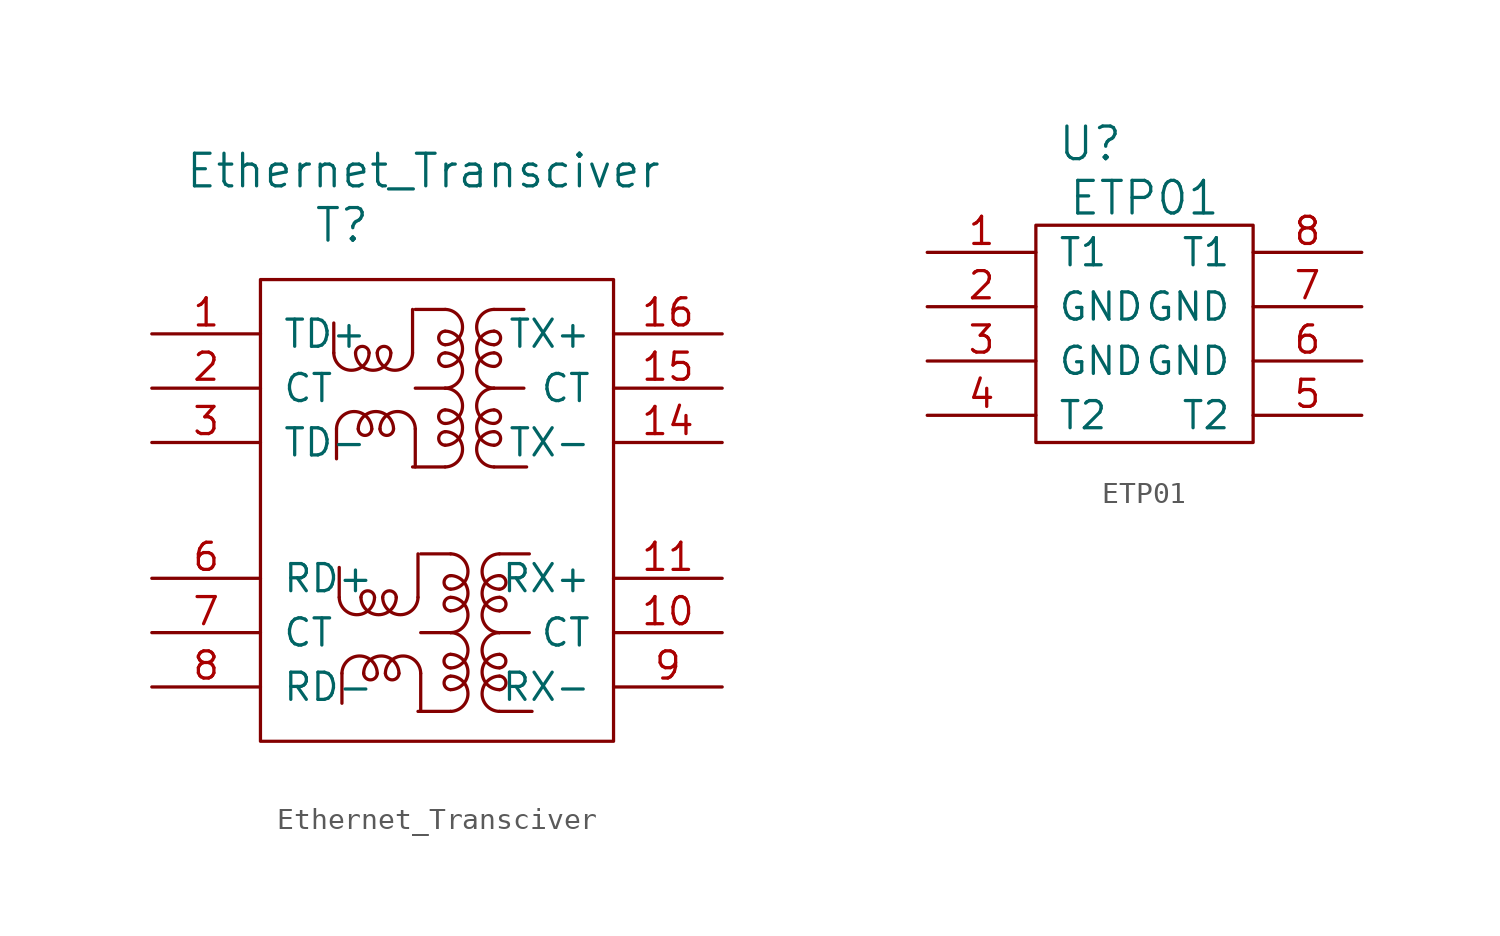
<source format=kicad_sym>
(kicad_symbol_lib
  (version 20211014)
  (generator kicad_symbol_editor)
  (symbol "Ethernet_Transciver"
    (pin_names
      (offset 1.016))
    (property "Reference" "T"
      (at -3.81 -2.54 0)
      (effects (font (size 1.524 1.524))))
    (property "Value" "Ethernet_Transciver"
      (at 0 0 0)
      (effects (font (size 1.524 1.524))))
    (symbol "Ethernet_Transciver_0_1"
      (rectangle (start -7.62 -5.08) (end 8.89 -26.67) (stroke (width 0) (type default) (color 0 0 0 0)) (fill (type none)))
      (arc (start -4.191 -8.509) (mid -3.3655 -9.3219) (end -2.54 -8.509) (stroke (width 0) (type default) (color 0 0 0 0)) (fill (type none)))
      (arc (start -3.937 -19.939) (mid -3.1115 -20.7519) (end -2.286 -19.939) (stroke (width 0) (type default) (color 0 0 0 0)) (fill (type none)))
      (arc (start -3.175 -8.509) (mid -2.3495 -9.3219) (end -1.524 -8.509) (stroke (width 0) (type default) (color 0 0 0 0)) (fill (type none)))
      (arc (start -3.048 -12.065) (mid -2.7305 -12.3955) (end -2.413 -12.065) (stroke (width 0) (type default) (color 0 0 0 0)) (fill (type none)))
      (arc (start -2.921 -19.939) (mid -2.0955 -20.7519) (end -1.27 -19.939) (stroke (width 0) (type default) (color 0 0 0 0)) (fill (type none)))
      (arc (start -2.794 -23.495) (mid -2.4765 -23.8255) (end -2.159 -23.495) (stroke (width 0) (type default) (color 0 0 0 0)) (fill (type none)))
      (arc (start -2.54 -8.509) (mid -2.8575 -8.2039) (end -3.175 -8.509) (stroke (width 0) (type default) (color 0 0 0 0)) (fill (type none)))
      (arc (start -2.413 -12.065) (mid -3.2385 -11.2267) (end -4.064 -12.065) (stroke (width 0) (type default) (color 0 0 0 0)) (fill (type none)))
      (arc (start -2.286 -19.939) (mid -2.6035 -19.6339) (end -2.921 -19.939) (stroke (width 0) (type default) (color 0 0 0 0)) (fill (type none)))
      (arc (start -2.159 -23.495) (mid -2.9845 -22.6567) (end -3.81 -23.495) (stroke (width 0) (type default) (color 0 0 0 0)) (fill (type none)))
      (arc (start -2.159 -8.509) (mid -1.3335 -9.3219) (end -0.508 -8.509) (stroke (width 0) (type default) (color 0 0 0 0)) (fill (type none)))
      (arc (start -2.032 -12.065) (mid -1.7145 -12.3955) (end -1.397 -12.065) (stroke (width 0) (type default) (color 0 0 0 0)) (fill (type none)))
      (arc (start -1.905 -19.939) (mid -1.0795 -20.7519) (end -0.254 -19.939) (stroke (width 0) (type default) (color 0 0 0 0)) (fill (type none)))
      (arc (start -1.778 -23.495) (mid -1.4605 -23.8255) (end -1.143 -23.495) (stroke (width 0) (type default) (color 0 0 0 0)) (fill (type none)))
      (arc (start -1.524 -8.509) (mid -1.8415 -8.2039) (end -2.159 -8.509) (stroke (width 0) (type default) (color 0 0 0 0)) (fill (type none)))
      (arc (start -1.397 -12.065) (mid -2.2225 -11.2267) (end -3.048 -12.065) (stroke (width 0) (type default) (color 0 0 0 0)) (fill (type none)))
      (arc (start -1.27 -19.939) (mid -1.5875 -19.6339) (end -1.905 -19.939) (stroke (width 0) (type default) (color 0 0 0 0)) (fill (type none)))
      (arc (start -1.143 -23.495) (mid -1.9685 -22.6567) (end -2.794 -23.495) (stroke (width 0) (type default) (color 0 0 0 0)) (fill (type none)))
      (arc (start -0.381 -12.065) (mid -1.2065 -11.2267) (end -2.032 -12.065) (stroke (width 0) (type default) (color 0 0 0 0)) (fill (type none)))
      (arc (start -0.127 -23.495) (mid -0.9525 -22.6567) (end -1.778 -23.495) (stroke (width 0) (type default) (color 0 0 0 0)) (fill (type none)))
      (polyline (pts (xy -4.191 -8.509) (xy -4.191 -7.112)) (stroke (width 0) (type default) (color 0 0 0 0)) (fill (type none)))
      (polyline (pts (xy -4.064 -12.065) (xy -4.064 -13.462)) (stroke (width 0) (type default) (color 0 0 0 0)) (fill (type none)))
      (polyline (pts (xy -3.937 -19.939) (xy -3.937 -18.542)) (stroke (width 0) (type default) (color 0 0 0 0)) (fill (type none)))
      (polyline (pts (xy -3.81 -23.495) (xy -3.81 -24.892)) (stroke (width 0) (type default) (color 0 0 0 0)) (fill (type none)))
      (polyline (pts (xy -0.508 -8.509) (xy -0.508 -6.477)) (stroke (width 0) (type default) (color 0 0 0 0)) (fill (type none)))
      (polyline (pts (xy -0.381 -12.065) (xy -0.381 -13.843)) (stroke (width 0) (type default) (color 0 0 0 0)) (fill (type none)))
      (polyline (pts (xy -0.254 -19.939) (xy -0.254 -17.907)) (stroke (width 0) (type default) (color 0 0 0 0)) (fill (type none)))
      (polyline (pts (xy -0.127 -23.495) (xy -0.127 -25.273)) (stroke (width 0) (type default) (color 0 0 0 0)) (fill (type none)))
      (polyline (pts (xy 1.016 -13.843) (xy -0.508 -13.843)) (stroke (width 0) (type default) (color 0 0 0 0)) (fill (type none)))
      (polyline (pts (xy 1.016 -10.16) (xy -0.381 -10.16)) (stroke (width 0) (type default) (color 0 0 0 0)) (fill (type none)))
      (polyline (pts (xy 1.016 -6.477) (xy -0.381 -6.477)) (stroke (width 0) (type default) (color 0 0 0 0)) (fill (type none)))
      (polyline (pts (xy 1.27 -25.273) (xy -0.254 -25.273)) (stroke (width 0) (type default) (color 0 0 0 0)) (fill (type none)))
      (polyline (pts (xy 1.27 -21.59) (xy -0.127 -21.59)) (stroke (width 0) (type default) (color 0 0 0 0)) (fill (type none)))
      (polyline (pts (xy 1.27 -17.907) (xy -0.127 -17.907)) (stroke (width 0) (type default) (color 0 0 0 0)) (fill (type none)))
      (polyline (pts (xy 3.302 -13.843) (xy 4.826 -13.843)) (stroke (width 0) (type default) (color 0 0 0 0)) (fill (type none)))
      (polyline (pts (xy 3.302 -10.16) (xy 4.699 -10.16)) (stroke (width 0) (type default) (color 0 0 0 0)) (fill (type none)))
      (polyline (pts (xy 3.302 -6.477) (xy 4.699 -6.477)) (stroke (width 0) (type default) (color 0 0 0 0)) (fill (type none)))
      (polyline (pts (xy 3.556 -25.273) (xy 5.08 -25.273)) (stroke (width 0) (type default) (color 0 0 0 0)) (fill (type none)))
      (polyline (pts (xy 3.556 -21.59) (xy 4.953 -21.59)) (stroke (width 0) (type default) (color 0 0 0 0)) (fill (type none)))
      (polyline (pts (xy 3.556 -17.907) (xy 4.953 -17.907)) (stroke (width 0) (type default) (color 0 0 0 0)) (fill (type none)))
      (arc (start 1.016 -13.843) (mid 1.8543 -13.0175) (end 1.016 -12.192) (stroke (width 0) (type default) (color 0 0 0 0)) (fill (type none)))
      (arc (start 1.016 -12.827) (mid 1.8543 -12.0015) (end 1.016 -11.176) (stroke (width 0) (type default) (color 0 0 0 0)) (fill (type none)))
      (arc (start 1.016 -12.192) (mid 0.6855 -12.5095) (end 1.016 -12.827) (stroke (width 0) (type default) (color 0 0 0 0)) (fill (type none)))
      (arc (start 1.016 -11.811) (mid 1.8543 -10.9855) (end 1.016 -10.16) (stroke (width 0) (type default) (color 0 0 0 0)) (fill (type none)))
      (arc (start 1.016 -11.176) (mid 0.6855 -11.4935) (end 1.016 -11.811) (stroke (width 0) (type default) (color 0 0 0 0)) (fill (type none)))
      (arc (start 1.016 -10.16) (mid 1.8543 -9.3345) (end 1.016 -8.509) (stroke (width 0) (type default) (color 0 0 0 0)) (fill (type none)))
      (arc (start 1.016 -9.144) (mid 1.8543 -8.3185) (end 1.016 -7.493) (stroke (width 0) (type default) (color 0 0 0 0)) (fill (type none)))
      (arc (start 1.016 -8.509) (mid 0.6855 -8.8265) (end 1.016 -9.144) (stroke (width 0) (type default) (color 0 0 0 0)) (fill (type none)))
      (arc (start 1.016 -8.128) (mid 1.8543 -7.3025) (end 1.016 -6.477) (stroke (width 0) (type default) (color 0 0 0 0)) (fill (type none)))
      (arc (start 1.016 -7.493) (mid 0.6855 -7.8105) (end 1.016 -8.128) (stroke (width 0) (type default) (color 0 0 0 0)) (fill (type none)))
      (arc (start 1.27 -25.273) (mid 2.1083 -24.4475) (end 1.27 -23.622) (stroke (width 0) (type default) (color 0 0 0 0)) (fill (type none)))
      (arc (start 1.27 -24.257) (mid 2.1083 -23.4315) (end 1.27 -22.606) (stroke (width 0) (type default) (color 0 0 0 0)) (fill (type none)))
      (arc (start 1.27 -23.622) (mid 0.9395 -23.9395) (end 1.27 -24.257) (stroke (width 0) (type default) (color 0 0 0 0)) (fill (type none)))
      (arc (start 1.27 -23.241) (mid 2.1083 -22.4155) (end 1.27 -21.59) (stroke (width 0) (type default) (color 0 0 0 0)) (fill (type none)))
      (arc (start 1.27 -22.606) (mid 0.9395 -22.9235) (end 1.27 -23.241) (stroke (width 0) (type default) (color 0 0 0 0)) (fill (type none)))
      (arc (start 1.27 -21.59) (mid 2.1083 -20.7645) (end 1.27 -19.939) (stroke (width 0) (type default) (color 0 0 0 0)) (fill (type none)))
      (arc (start 1.27 -20.574) (mid 2.1083 -19.7485) (end 1.27 -18.923) (stroke (width 0) (type default) (color 0 0 0 0)) (fill (type none)))
      (arc (start 1.27 -19.939) (mid 0.9395 -20.2565) (end 1.27 -20.574) (stroke (width 0) (type default) (color 0 0 0 0)) (fill (type none)))
      (arc (start 1.27 -19.558) (mid 2.1083 -18.7325) (end 1.27 -17.907) (stroke (width 0) (type default) (color 0 0 0 0)) (fill (type none)))
      (arc (start 1.27 -18.923) (mid 0.9395 -19.2405) (end 1.27 -19.558) (stroke (width 0) (type default) (color 0 0 0 0)) (fill (type none)))
      (arc (start 3.302 -12.827) (mid 3.6071 -12.5095) (end 3.302 -12.192) (stroke (width 0) (type default) (color 0 0 0 0)) (fill (type none)))
      (arc (start 3.302 -12.192) (mid 2.4891 -13.0175) (end 3.302 -13.843) (stroke (width 0) (type default) (color 0 0 0 0)) (fill (type none)))
      (arc (start 3.302 -11.811) (mid 3.6071 -11.4935) (end 3.302 -11.176) (stroke (width 0) (type default) (color 0 0 0 0)) (fill (type none)))
      (arc (start 3.302 -11.176) (mid 2.4891 -12.0015) (end 3.302 -12.827) (stroke (width 0) (type default) (color 0 0 0 0)) (fill (type none)))
      (arc (start 3.302 -10.16) (mid 2.4891 -10.9855) (end 3.302 -11.811) (stroke (width 0) (type default) (color 0 0 0 0)) (fill (type none)))
      (arc (start 3.302 -9.144) (mid 3.6071 -8.8265) (end 3.302 -8.509) (stroke (width 0) (type default) (color 0 0 0 0)) (fill (type none)))
      (arc (start 3.302 -8.509) (mid 2.4891 -9.3345) (end 3.302 -10.16) (stroke (width 0) (type default) (color 0 0 0 0)) (fill (type none)))
      (arc (start 3.302 -8.128) (mid 3.6071 -7.8105) (end 3.302 -7.493) (stroke (width 0) (type default) (color 0 0 0 0)) (fill (type none)))
      (arc (start 3.302 -7.493) (mid 2.4891 -8.3185) (end 3.302 -9.144) (stroke (width 0) (type default) (color 0 0 0 0)) (fill (type none)))
      (arc (start 3.302 -6.477) (mid 2.4891 -7.3025) (end 3.302 -8.128) (stroke (width 0) (type default) (color 0 0 0 0)) (fill (type none)))
      (arc (start 3.556 -24.257) (mid 3.8611 -23.9395) (end 3.556 -23.622) (stroke (width 0) (type default) (color 0 0 0 0)) (fill (type none)))
      (arc (start 3.556 -23.622) (mid 2.7431 -24.4475) (end 3.556 -25.273) (stroke (width 0) (type default) (color 0 0 0 0)) (fill (type none)))
      (arc (start 3.556 -23.241) (mid 3.8611 -22.9235) (end 3.556 -22.606) (stroke (width 0) (type default) (color 0 0 0 0)) (fill (type none)))
      (arc (start 3.556 -22.606) (mid 2.7431 -23.4315) (end 3.556 -24.257) (stroke (width 0) (type default) (color 0 0 0 0)) (fill (type none)))
      (arc (start 3.556 -21.59) (mid 2.7431 -22.4155) (end 3.556 -23.241) (stroke (width 0) (type default) (color 0 0 0 0)) (fill (type none)))
      (arc (start 3.556 -20.574) (mid 3.8611 -20.2565) (end 3.556 -19.939) (stroke (width 0) (type default) (color 0 0 0 0)) (fill (type none)))
      (arc (start 3.556 -19.939) (mid 2.7431 -20.7645) (end 3.556 -21.59) (stroke (width 0) (type default) (color 0 0 0 0)) (fill (type none)))
      (arc (start 3.556 -19.558) (mid 3.8611 -19.2405) (end 3.556 -18.923) (stroke (width 0) (type default) (color 0 0 0 0)) (fill (type none)))
      (arc (start 3.556 -18.923) (mid 2.7431 -19.7485) (end 3.556 -20.574) (stroke (width 0) (type default) (color 0 0 0 0)) (fill (type none)))
      (arc (start 3.556 -17.907) (mid 2.7431 -18.7325) (end 3.556 -19.558) (stroke (width 0) (type default) (color 0 0 0 0)) (fill (type none))))
    (symbol "Ethernet_Transciver_1_1"
      (pin input line (at -12.7 -7.62 0) (length 5.08) (name "TD+" (effects (font (size 1.27 1.27)))) (number "1" (effects (font (size 1.27 1.27)))))
      (pin input line (at 13.97 -21.59 180) (length 5.08) (name "CT" (effects (font (size 1.27 1.27)))) (number "10" (effects (font (size 1.27 1.27)))))
      (pin input line (at 13.97 -19.05 180) (length 5.08) (name "RX+" (effects (font (size 1.27 1.27)))) (number "11" (effects (font (size 1.27 1.27)))))
      (pin input line (at 13.97 -12.7 180) (length 5.08) (name "TX-" (effects (font (size 1.27 1.27)))) (number "14" (effects (font (size 1.27 1.27)))))
      (pin input line (at 13.97 -10.16 180) (length 5.08) (name "CT" (effects (font (size 1.27 1.27)))) (number "15" (effects (font (size 1.27 1.27)))))
      (pin input line (at 13.97 -7.62 180) (length 5.08) (name "TX+" (effects (font (size 1.27 1.27)))) (number "16" (effects (font (size 1.27 1.27)))))
      (pin input line (at -12.7 -10.16 0) (length 5.08) (name "CT" (effects (font (size 1.27 1.27)))) (number "2" (effects (font (size 1.27 1.27)))))
      (pin input line (at -12.7 -12.7 0) (length 5.08) (name "TD-" (effects (font (size 1.27 1.27)))) (number "3" (effects (font (size 1.27 1.27)))))
      (pin input line (at -12.7 -19.05 0) (length 5.08) (name "RD+" (effects (font (size 1.27 1.27)))) (number "6" (effects (font (size 1.27 1.27)))))
      (pin input line (at -12.7 -21.59 0) (length 5.08) (name "CT" (effects (font (size 1.27 1.27)))) (number "7" (effects (font (size 1.27 1.27)))))
      (pin input line (at -12.7 -24.13 0) (length 5.08) (name "RD-" (effects (font (size 1.27 1.27)))) (number "8" (effects (font (size 1.27 1.27)))))
      (pin input line (at 13.97 -24.13 180) (length 5.08) (name "RX-" (effects (font (size 1.27 1.27)))) (number "9" (effects (font (size 1.27 1.27)))))))
  (symbol "ETP01"
    (pin_names
      (offset 1.016))
    (property "Reference" "U"
      (at -2.54 2.54 0)
      (effects (font (size 1.524 1.524))))
    (property "Value" "ETP01"
      (at 0 0 0)
      (effects (font (size 1.524 1.524))))
    (symbol "ETP01_0_1"
      (rectangle (start -5.08 -1.27) (end 5.08 -11.43) (stroke (width 0) (type default) (color 0 0 0 0)) (fill (type none)))
      (pin input line (at -10.16 -2.54 0) (length 5.08) (name "T1" (effects (font (size 1.27 1.27)))) (number "1" (effects (font (size 1.27 1.27))))))
    (symbol "ETP01_1_1"
      (pin input line (at -10.16 -5.08 0) (length 5.08) (name "GND" (effects (font (size 1.27 1.27)))) (number "2" (effects (font (size 1.27 1.27)))))
      (pin input line (at -10.16 -7.62 0) (length 5.08) (name "GND" (effects (font (size 1.27 1.27)))) (number "3" (effects (font (size 1.27 1.27)))))
      (pin input line (at -10.16 -10.16 0) (length 5.08) (name "T2" (effects (font (size 1.27 1.27)))) (number "4" (effects (font (size 1.27 1.27)))))
      (pin input line (at 10.16 -10.16 180) (length 5.08) (name "T2" (effects (font (size 1.27 1.27)))) (number "5" (effects (font (size 1.27 1.27)))))
      (pin input line (at 10.16 -7.62 180) (length 5.08) (name "GND" (effects (font (size 1.27 1.27)))) (number "6" (effects (font (size 1.27 1.27)))))
      (pin input line (at 10.16 -5.08 180) (length 5.08) (name "GND" (effects (font (size 1.27 1.27)))) (number "7" (effects (font (size 1.27 1.27)))))
      (pin input line (at 10.16 -2.54 180) (length 5.08) (name "T1" (effects (font (size 1.27 1.27)))) (number "8" (effects (font (size 1.27 1.27))))))))
</source>
